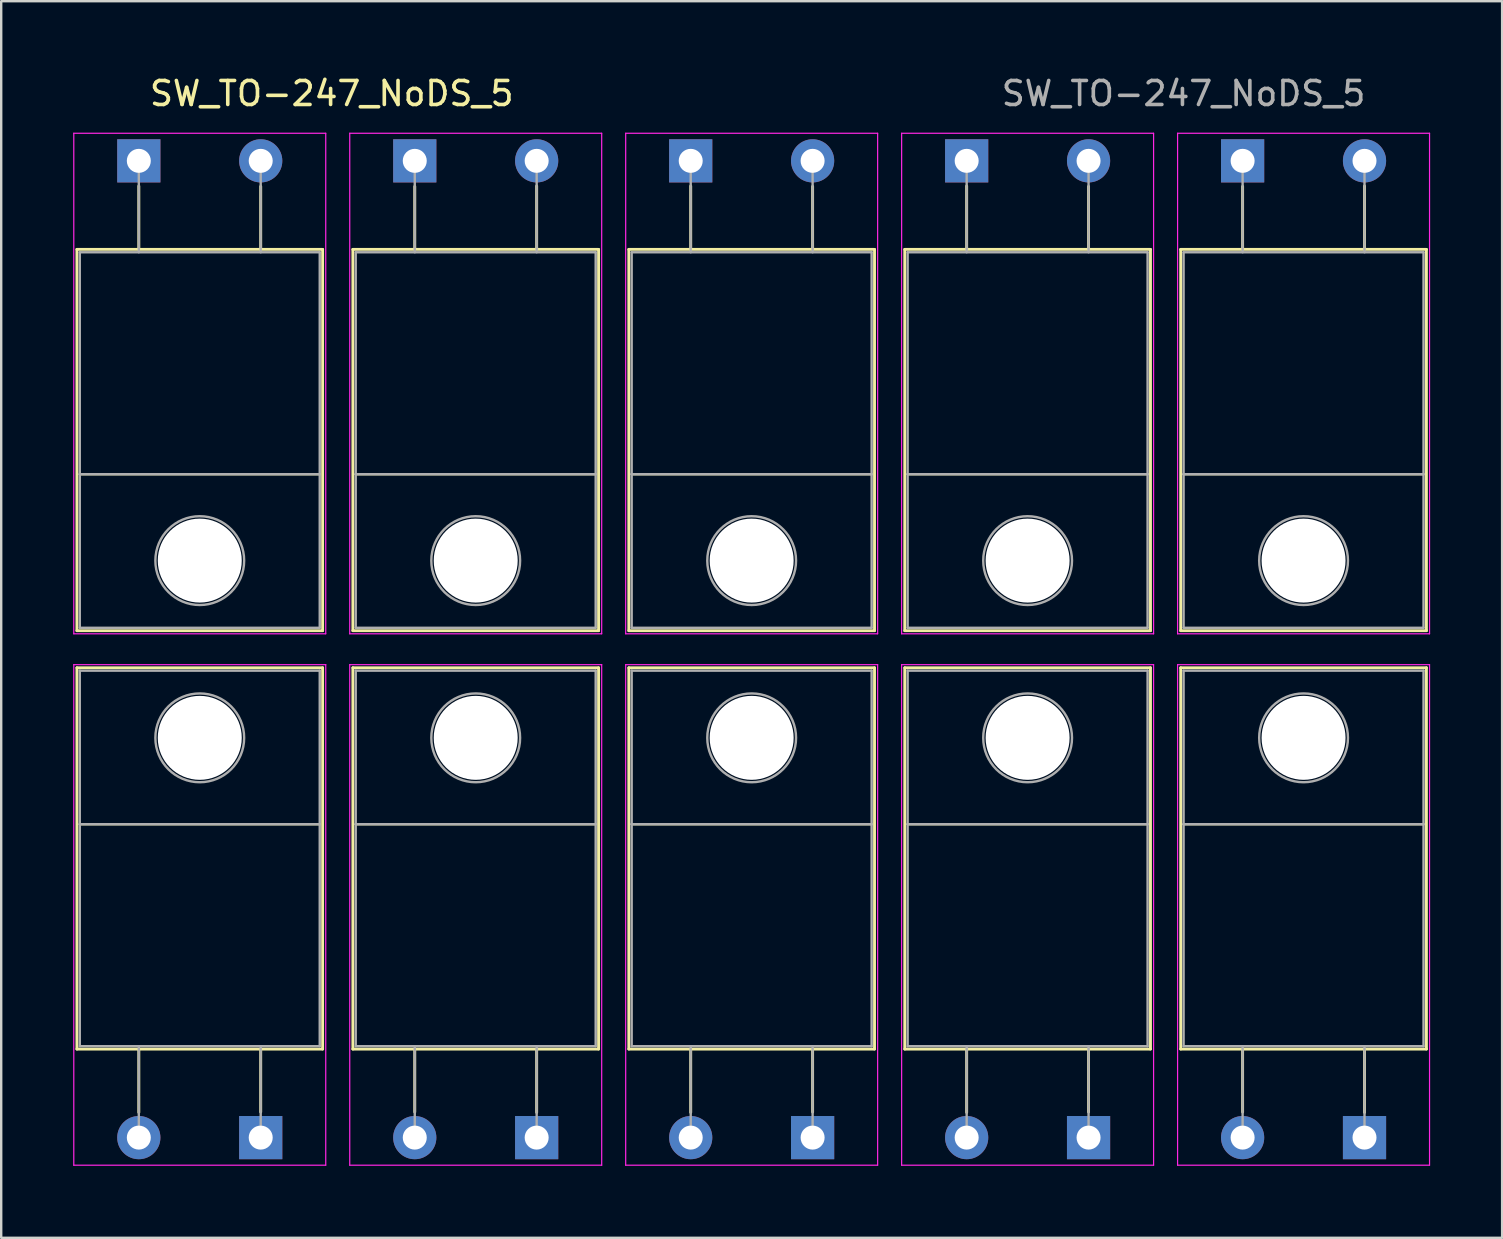
<source format=kicad_pcb>
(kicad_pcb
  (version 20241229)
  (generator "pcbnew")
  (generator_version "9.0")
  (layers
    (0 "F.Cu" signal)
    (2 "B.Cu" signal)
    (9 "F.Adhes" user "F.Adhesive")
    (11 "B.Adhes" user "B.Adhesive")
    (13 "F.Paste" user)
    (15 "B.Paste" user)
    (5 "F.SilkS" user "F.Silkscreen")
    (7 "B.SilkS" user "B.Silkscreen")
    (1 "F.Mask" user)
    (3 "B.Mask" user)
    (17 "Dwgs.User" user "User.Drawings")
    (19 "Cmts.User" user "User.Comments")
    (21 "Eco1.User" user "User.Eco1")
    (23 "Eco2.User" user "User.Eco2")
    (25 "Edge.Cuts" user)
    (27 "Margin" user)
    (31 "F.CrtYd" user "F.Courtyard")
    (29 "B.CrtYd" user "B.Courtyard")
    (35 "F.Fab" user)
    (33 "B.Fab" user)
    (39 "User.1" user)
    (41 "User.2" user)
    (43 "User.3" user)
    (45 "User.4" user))
  (footprint "SW_TO-247_NoDS_5"
    (layer "F.Cu")
    (at 28.275 24.006)
    (property "Reference" "SW_TO-247_NoDS_5" (at -17.5 -23.158 0) (layer "F.SilkS") (effects (font (size 1 1) (thickness 0.15))))
    (attr through_hole)
    (fp_line (start -28.12 -16.663) (end -17.88 -16.663) (stroke (width 0.12) (type solid)) (layer "F.SilkS"))
    (fp_line (start -28.12 -0.773) (end -28.12 -16.663) (stroke (width 0.12) (type solid)) (layer "F.SilkS"))
    (fp_line (start -28.12 -0.773) (end -17.88 -0.773) (stroke (width 0.12) (type solid)) (layer "F.SilkS"))
    (fp_line (start -28.12 0.773) (end -28.12 16.663) (stroke (width 0.12) (type solid)) (layer "F.SilkS"))
    (fp_line (start -28.12 0.773) (end -17.88 0.773) (stroke (width 0.12) (type solid)) (layer "F.SilkS"))
    (fp_line (start -28.12 16.663) (end -17.88 16.663) (stroke (width 0.12) (type solid)) (layer "F.SilkS"))
    (fp_line (start -28 -7.293) (end -18 -7.293) (stroke (width 0.1) (type solid)) (layer "F.SilkS"))
    (fp_line (start -28 7.293) (end -18 7.293) (stroke (width 0.1) (type solid)) (layer "F.SilkS"))
    (fp_line (start -25.54 -16.663) (end -25.54 -19.303) (stroke (width 0.12) (type solid)) (layer "F.SilkS"))
    (fp_line (start -25.54 16.663) (end -25.54 19.303) (stroke (width 0.12) (type solid)) (layer "F.SilkS"))
    (fp_line (start -20.46 -16.663) (end -20.46 -19.287) (stroke (width 0.12) (type solid)) (layer "F.SilkS"))
    (fp_line (start -20.46 16.663) (end -20.46 19.287) (stroke (width 0.12) (type solid)) (layer "F.SilkS"))
    (fp_line (start -17.88 -0.773) (end -17.88 -16.663) (stroke (width 0.12) (type solid)) (layer "F.SilkS"))
    (fp_line (start -17.88 0.773) (end -17.88 16.663) (stroke (width 0.12) (type solid)) (layer "F.SilkS"))
    (fp_line (start -16.62 -0.773) (end -16.62 -16.663) (stroke (width 0.12) (type solid)) (layer "F.SilkS"))
    (fp_line (start -16.62 0.773) (end -16.62 16.663) (stroke (width 0.12) (type solid)) (layer "F.SilkS"))
    (fp_line (start -16.5 -7.293) (end -6.5 -7.293) (stroke (width 0.1) (type solid)) (layer "F.SilkS"))
    (fp_line (start -16.5 7.293) (end -6.5 7.293) (stroke (width 0.1) (type solid)) (layer "F.SilkS"))
    (fp_line (start -14.04 -16.663) (end -14.04 -19.287) (stroke (width 0.12) (type solid)) (layer "F.SilkS"))
    (fp_line (start -14.04 16.663) (end -14.04 19.287) (stroke (width 0.12) (type solid)) (layer "F.SilkS"))
    (fp_line (start -8.96 -16.663) (end -8.96 -19.303) (stroke (width 0.12) (type solid)) (layer "F.SilkS"))
    (fp_line (start -8.96 16.663) (end -8.96 19.303) (stroke (width 0.12) (type solid)) (layer "F.SilkS"))
    (fp_line (start -6.38 -16.663) (end -16.62 -16.663) (stroke (width 0.12) (type solid)) (layer "F.SilkS"))
    (fp_line (start -6.38 -0.773) (end -16.62 -0.773) (stroke (width 0.12) (type solid)) (layer "F.SilkS"))
    (fp_line (start -6.38 -0.773) (end -6.38 -16.663) (stroke (width 0.12) (type solid)) (layer "F.SilkS"))
    (fp_line (start -6.38 0.773) (end -16.62 0.773) (stroke (width 0.12) (type solid)) (layer "F.SilkS"))
    (fp_line (start -6.38 0.773) (end -6.38 16.663) (stroke (width 0.12) (type solid)) (layer "F.SilkS"))
    (fp_line (start -6.38 16.663) (end -16.62 16.663) (stroke (width 0.12) (type solid)) (layer "F.SilkS"))
    (fp_line (start -5.12 -16.663) (end 5.12 -16.663) (stroke (width 0.12) (type solid)) (layer "F.SilkS"))
    (fp_line (start -5.12 -0.773) (end -5.12 -16.663) (stroke (width 0.12) (type solid)) (layer "F.SilkS"))
    (fp_line (start -5.12 -0.773) (end 5.12 -0.773) (stroke (width 0.12) (type solid)) (layer "F.SilkS"))
    (fp_line (start -5.12 0.773) (end -5.12 16.663) (stroke (width 0.12) (type solid)) (layer "F.SilkS"))
    (fp_line (start -5.12 0.773) (end 5.12 0.773) (stroke (width 0.12) (type solid)) (layer "F.SilkS"))
    (fp_line (start -5.12 16.663) (end 5.12 16.663) (stroke (width 0.12) (type solid)) (layer "F.SilkS"))
    (fp_line (start -5 -7.293) (end 5 -7.293) (stroke (width 0.1) (type solid)) (layer "F.SilkS"))
    (fp_line (start -5 7.293) (end 5 7.293) (stroke (width 0.1) (type solid)) (layer "F.SilkS"))
    (fp_line (start -2.54 -16.663) (end -2.54 -19.303) (stroke (width 0.12) (type solid)) (layer "F.SilkS"))
    (fp_line (start -2.54 16.663) (end -2.54 19.303) (stroke (width 0.12) (type solid)) (layer "F.SilkS"))
    (fp_line (start 2.54 -16.663) (end 2.54 -19.287) (stroke (width 0.12) (type solid)) (layer "F.SilkS"))
    (fp_line (start 2.54 16.663) (end 2.54 19.287) (stroke (width 0.12) (type solid)) (layer "F.SilkS"))
    (fp_line (start 5.12 -0.773) (end 5.12 -16.663) (stroke (width 0.12) (type solid)) (layer "F.SilkS"))
    (fp_line (start 5.12 0.773) (end 5.12 16.663) (stroke (width 0.12) (type solid)) (layer "F.SilkS"))
    (fp_line (start 6.38 -16.663) (end 16.62 -16.663) (stroke (width 0.12) (type solid)) (layer "F.SilkS"))
    (fp_line (start 6.38 -0.773) (end 6.38 -16.663) (stroke (width 0.12) (type solid)) (layer "F.SilkS"))
    (fp_line (start 6.38 -0.773) (end 16.62 -0.773) (stroke (width 0.12) (type solid)) (layer "F.SilkS"))
    (fp_line (start 6.38 0.773) (end 6.38 16.663) (stroke (width 0.12) (type solid)) (layer "F.SilkS"))
    (fp_line (start 6.38 0.773) (end 16.62 0.773) (stroke (width 0.12) (type solid)) (layer "F.SilkS"))
    (fp_line (start 6.38 16.663) (end 16.62 16.663) (stroke (width 0.12) (type solid)) (layer "F.SilkS"))
    (fp_line (start 6.5 -7.293) (end 16.5 -7.293) (stroke (width 0.1) (type solid)) (layer "F.SilkS"))
    (fp_line (start 6.5 7.293) (end 16.5 7.293) (stroke (width 0.1) (type solid)) (layer "F.SilkS"))
    (fp_line (start 8.96 -16.663) (end 8.96 -19.303) (stroke (width 0.12) (type solid)) (layer "F.SilkS"))
    (fp_line (start 8.96 16.663) (end 8.96 19.303) (stroke (width 0.12) (type solid)) (layer "F.SilkS"))
    (fp_line (start 14.04 -16.663) (end 14.04 -19.287) (stroke (width 0.12) (type solid)) (layer "F.SilkS"))
    (fp_line (start 14.04 16.663) (end 14.04 19.287) (stroke (width 0.12) (type solid)) (layer "F.SilkS"))
    (fp_line (start 16.62 -0.773) (end 16.62 -16.663) (stroke (width 0.12) (type solid)) (layer "F.SilkS"))
    (fp_line (start 16.62 0.773) (end 16.62 16.663) (stroke (width 0.12) (type solid)) (layer "F.SilkS"))
    (fp_line (start 17.88 -0.773) (end 17.88 -16.663) (stroke (width 0.12) (type solid)) (layer "F.SilkS"))
    (fp_line (start 17.88 0.773) (end 17.88 16.663) (stroke (width 0.12) (type solid)) (layer "F.SilkS"))
    (fp_line (start 18 -7.293) (end 28 -7.293) (stroke (width 0.1) (type solid)) (layer "F.SilkS"))
    (fp_line (start 18 7.293) (end 28 7.293) (stroke (width 0.1) (type solid)) (layer "F.SilkS"))
    (fp_line (start 20.46 -16.663) (end 20.46 -19.287) (stroke (width 0.12) (type solid)) (layer "F.SilkS"))
    (fp_line (start 20.46 16.663) (end 20.46 19.287) (stroke (width 0.12) (type solid)) (layer "F.SilkS"))
    (fp_line (start 25.54 -16.663) (end 25.54 -19.303) (stroke (width 0.12) (type solid)) (layer "F.SilkS"))
    (fp_line (start 25.54 16.663) (end 25.54 19.303) (stroke (width 0.12) (type solid)) (layer "F.SilkS"))
    (fp_line (start 28.12 -16.663) (end 17.88 -16.663) (stroke (width 0.12) (type solid)) (layer "F.SilkS"))
    (fp_line (start 28.12 -0.773) (end 17.88 -0.773) (stroke (width 0.12) (type solid)) (layer "F.SilkS"))
    (fp_line (start 28.12 -0.773) (end 28.12 -16.663) (stroke (width 0.12) (type solid)) (layer "F.SilkS"))
    (fp_line (start 28.12 0.773) (end 17.88 0.773) (stroke (width 0.12) (type solid)) (layer "F.SilkS"))
    (fp_line (start 28.12 0.773) (end 28.12 16.663) (stroke (width 0.12) (type solid)) (layer "F.SilkS"))
    (fp_line (start 28.12 16.663) (end 17.88 16.663) (stroke (width 0.12) (type solid)) (layer "F.SilkS"))
    (fp_line (start -28.25 -21.503) (end -17.75 -21.503) (stroke (width 0.05) (type solid)) (layer "F.CrtYd"))
    (fp_line (start -28.25 -0.643) (end -28.25 -21.503) (stroke (width 0.05) (type solid)) (layer "F.CrtYd"))
    (fp_line (start -28.25 0.643) (end -28.25 21.503) (stroke (width 0.05) (type solid)) (layer "F.CrtYd"))
    (fp_line (start -28.25 21.503) (end -17.75 21.503) (stroke (width 0.05) (type solid)) (layer "F.CrtYd"))
    (fp_line (start -17.75 -21.503) (end -17.75 -0.643) (stroke (width 0.05) (type solid)) (layer "F.CrtYd"))
    (fp_line (start -17.75 -0.643) (end -28.25 -0.643) (stroke (width 0.05) (type solid)) (layer "F.CrtYd"))
    (fp_line (start -17.75 0.643) (end -28.25 0.643) (stroke (width 0.05) (type solid)) (layer "F.CrtYd"))
    (fp_line (start -17.75 21.503) (end -17.75 0.643) (stroke (width 0.05) (type solid)) (layer "F.CrtYd"))
    (fp_line (start -16.75 -21.503) (end -16.75 -0.643) (stroke (width 0.05) (type solid)) (layer "F.CrtYd"))
    (fp_line (start -16.75 -0.643) (end -6.25 -0.643) (stroke (width 0.05) (type solid)) (layer "F.CrtYd"))
    (fp_line (start -16.75 0.643) (end -6.25 0.643) (stroke (width 0.05) (type solid)) (layer "F.CrtYd"))
    (fp_line (start -16.75 21.503) (end -16.75 0.643) (stroke (width 0.05) (type solid)) (layer "F.CrtYd"))
    (fp_line (start -6.25 -21.503) (end -16.75 -21.503) (stroke (width 0.05) (type solid)) (layer "F.CrtYd"))
    (fp_line (start -6.25 -0.643) (end -6.25 -21.503) (stroke (width 0.05) (type solid)) (layer "F.CrtYd"))
    (fp_line (start -6.25 0.643) (end -6.25 21.503) (stroke (width 0.05) (type solid)) (layer "F.CrtYd"))
    (fp_line (start -6.25 21.503) (end -16.75 21.503) (stroke (width 0.05) (type solid)) (layer "F.CrtYd"))
    (fp_line (start -5.25 -21.503) (end 5.25 -21.503) (stroke (width 0.05) (type solid)) (layer "F.CrtYd"))
    (fp_line (start -5.25 -0.643) (end -5.25 -21.503) (stroke (width 0.05) (type solid)) (layer "F.CrtYd"))
    (fp_line (start -5.25 0.643) (end -5.25 21.503) (stroke (width 0.05) (type solid)) (layer "F.CrtYd"))
    (fp_line (start -5.25 21.503) (end 5.25 21.503) (stroke (width 0.05) (type solid)) (layer "F.CrtYd"))
    (fp_line (start 5.25 -21.503) (end 5.25 -0.643) (stroke (width 0.05) (type solid)) (layer "F.CrtYd"))
    (fp_line (start 5.25 -0.643) (end -5.25 -0.643) (stroke (width 0.05) (type solid)) (layer "F.CrtYd"))
    (fp_line (start 5.25 0.643) (end -5.25 0.643) (stroke (width 0.05) (type solid)) (layer "F.CrtYd"))
    (fp_line (start 5.25 21.503) (end 5.25 0.643) (stroke (width 0.05) (type solid)) (layer "F.CrtYd"))
    (fp_line (start 6.25 -21.503) (end 16.75 -21.503) (stroke (width 0.05) (type solid)) (layer "F.CrtYd"))
    (fp_line (start 6.25 -0.643) (end 6.25 -21.503) (stroke (width 0.05) (type solid)) (layer "F.CrtYd"))
    (fp_line (start 6.25 0.643) (end 6.25 21.503) (stroke (width 0.05) (type solid)) (layer "F.CrtYd"))
    (fp_line (start 6.25 21.503) (end 16.75 21.503) (stroke (width 0.05) (type solid)) (layer "F.CrtYd"))
    (fp_line (start 16.75 -21.503) (end 16.75 -0.643) (stroke (width 0.05) (type solid)) (layer "F.CrtYd"))
    (fp_line (start 16.75 -0.643) (end 6.25 -0.643) (stroke (width 0.05) (type solid)) (layer "F.CrtYd"))
    (fp_line (start 16.75 0.643) (end 6.25 0.643) (stroke (width 0.05) (type solid)) (layer "F.CrtYd"))
    (fp_line (start 16.75 21.503) (end 16.75 0.643) (stroke (width 0.05) (type solid)) (layer "F.CrtYd"))
    (fp_line (start 17.75 -21.503) (end 17.75 -0.643) (stroke (width 0.05) (type solid)) (layer "F.CrtYd"))
    (fp_line (start 17.75 -0.643) (end 28.25 -0.643) (stroke (width 0.05) (type solid)) (layer "F.CrtYd"))
    (fp_line (start 17.75 0.643) (end 28.25 0.643) (stroke (width 0.05) (type solid)) (layer "F.CrtYd"))
    (fp_line (start 17.75 21.503) (end 17.75 0.643) (stroke (width 0.05) (type solid)) (layer "F.CrtYd"))
    (fp_line (start 28.25 -21.503) (end 17.75 -21.503) (stroke (width 0.05) (type solid)) (layer "F.CrtYd"))
    (fp_line (start 28.25 -0.643) (end 28.25 -21.503) (stroke (width 0.05) (type solid)) (layer "F.CrtYd"))
    (fp_line (start 28.25 0.643) (end 28.25 21.503) (stroke (width 0.05) (type solid)) (layer "F.CrtYd"))
    (fp_line (start 28.25 21.503) (end 17.75 21.503) (stroke (width 0.05) (type solid)) (layer "F.CrtYd"))
    (fp_line (start -28 -16.543) (end -28 -7.293) (stroke (width 0.1) (type solid)) (layer "F.Fab"))
    (fp_line (start -28 -7.293) (end -28 -0.893) (stroke (width 0.1) (type solid)) (layer "F.Fab"))
    (fp_line (start -28 -0.893) (end -18 -0.893) (stroke (width 0.1) (type solid)) (layer "F.Fab"))
    (fp_line (start -28 0.893) (end -18 0.893) (stroke (width 0.1) (type solid)) (layer "F.Fab"))
    (fp_line (start -28 7.293) (end -28 0.893) (stroke (width 0.1) (type solid)) (layer "F.Fab"))
    (fp_line (start -28 16.543) (end -28 7.293) (stroke (width 0.1) (type solid)) (layer "F.Fab"))
    (fp_line (start -25.54 -16.543) (end -25.54 -20.353) (stroke (width 0.1) (type solid)) (layer "F.Fab"))
    (fp_line (start -25.54 16.543) (end -25.54 20.353) (stroke (width 0.1) (type solid)) (layer "F.Fab"))
    (fp_line (start -20.46 -16.543) (end -20.46 -20.353) (stroke (width 0.1) (type solid)) (layer "F.Fab"))
    (fp_line (start -20.46 16.543) (end -20.46 20.353) (stroke (width 0.1) (type solid)) (layer "F.Fab"))
    (fp_line (start -18 -16.543) (end -28 -16.543) (stroke (width 0.1) (type solid)) (layer "F.Fab"))
    (fp_line (start -18 -7.293) (end -28 -7.293) (stroke (width 0.1) (type solid)) (layer "F.Fab"))
    (fp_line (start -18 -7.293) (end -18 -16.543) (stroke (width 0.1) (type solid)) (layer "F.Fab"))
    (fp_line (start -18 -0.893) (end -18 -7.293) (stroke (width 0.1) (type solid)) (layer "F.Fab"))
    (fp_line (start -18 0.893) (end -18 7.293) (stroke (width 0.1) (type solid)) (layer "F.Fab"))
    (fp_line (start -18 7.293) (end -28 7.293) (stroke (width 0.1) (type solid)) (layer "F.Fab"))
    (fp_line (start -18 7.293) (end -18 16.543) (stroke (width 0.1) (type solid)) (layer "F.Fab"))
    (fp_line (start -18 16.543) (end -28 16.543) (stroke (width 0.1) (type solid)) (layer "F.Fab"))
    (fp_line (start -16.5 -16.543) (end -6.5 -16.543) (stroke (width 0.1) (type solid)) (layer "F.Fab"))
    (fp_line (start -16.5 -7.293) (end -16.5 -16.543) (stroke (width 0.1) (type solid)) (layer "F.Fab"))
    (fp_line (start -16.5 -0.893) (end -16.5 -7.293) (stroke (width 0.1) (type solid)) (layer "F.Fab"))
    (fp_line (start -16.5 0.893) (end -16.5 7.293) (stroke (width 0.1) (type solid)) (layer "F.Fab"))
    (fp_line (start -16.5 7.293) (end -16.5 16.543) (stroke (width 0.1) (type solid)) (layer "F.Fab"))
    (fp_line (start -16.5 16.543) (end -6.5 16.543) (stroke (width 0.1) (type solid)) (layer "F.Fab"))
    (fp_line (start -14.04 -16.543) (end -14.04 -20.353) (stroke (width 0.1) (type solid)) (layer "F.Fab"))
    (fp_line (start -14.04 16.543) (end -14.04 20.353) (stroke (width 0.1) (type solid)) (layer "F.Fab"))
    (fp_line (start -8.96 -16.543) (end -8.96 -20.353) (stroke (width 0.1) (type solid)) (layer "F.Fab"))
    (fp_line (start -8.96 16.543) (end -8.96 20.353) (stroke (width 0.1) (type solid)) (layer "F.Fab"))
    (fp_line (start -6.5 -16.543) (end -6.5 -7.293) (stroke (width 0.1) (type solid)) (layer "F.Fab"))
    (fp_line (start -6.5 -7.293) (end -16.5 -7.293) (stroke (width 0.1) (type solid)) (layer "F.Fab"))
    (fp_line (start -6.5 -7.293) (end -6.5 -0.893) (stroke (width 0.1) (type solid)) (layer "F.Fab"))
    (fp_line (start -6.5 -0.893) (end -16.5 -0.893) (stroke (width 0.1) (type solid)) (layer "F.Fab"))
    (fp_line (start -6.5 0.893) (end -16.5 0.893) (stroke (width 0.1) (type solid)) (layer "F.Fab"))
    (fp_line (start -6.5 7.293) (end -16.5 7.293) (stroke (width 0.1) (type solid)) (layer "F.Fab"))
    (fp_line (start -6.5 7.293) (end -6.5 0.893) (stroke (width 0.1) (type solid)) (layer "F.Fab"))
    (fp_line (start -6.5 16.543) (end -6.5 7.293) (stroke (width 0.1) (type solid)) (layer "F.Fab"))
    (fp_line (start -5 -16.543) (end -5 -7.293) (stroke (width 0.1) (type solid)) (layer "F.Fab"))
    (fp_line (start -5 -7.293) (end -5 -0.893) (stroke (width 0.1) (type solid)) (layer "F.Fab"))
    (fp_line (start -5 -0.893) (end 5 -0.893) (stroke (width 0.1) (type solid)) (layer "F.Fab"))
    (fp_line (start -5 0.893) (end 5 0.893) (stroke (width 0.1) (type solid)) (layer "F.Fab"))
    (fp_line (start -5 7.293) (end -5 0.893) (stroke (width 0.1) (type solid)) (layer "F.Fab"))
    (fp_line (start -5 16.543) (end -5 7.293) (stroke (width 0.1) (type solid)) (layer "F.Fab"))
    (fp_line (start -2.54 -16.543) (end -2.54 -20.353) (stroke (width 0.1) (type solid)) (layer "F.Fab"))
    (fp_line (start -2.54 16.543) (end -2.54 20.353) (stroke (width 0.1) (type solid)) (layer "F.Fab"))
    (fp_line (start 2.54 -16.543) (end 2.54 -20.353) (stroke (width 0.1) (type solid)) (layer "F.Fab"))
    (fp_line (start 2.54 16.543) (end 2.54 20.353) (stroke (width 0.1) (type solid)) (layer "F.Fab"))
    (fp_line (start 5 -16.543) (end -5 -16.543) (stroke (width 0.1) (type solid)) (layer "F.Fab"))
    (fp_line (start 5 -7.293) (end -5 -7.293) (stroke (width 0.1) (type solid)) (layer "F.Fab"))
    (fp_line (start 5 -7.293) (end 5 -16.543) (stroke (width 0.1) (type solid)) (layer "F.Fab"))
    (fp_line (start 5 -0.893) (end 5 -7.293) (stroke (width 0.1) (type solid)) (layer "F.Fab"))
    (fp_line (start 5 0.893) (end 5 7.293) (stroke (width 0.1) (type solid)) (layer "F.Fab"))
    (fp_line (start 5 7.293) (end -5 7.293) (stroke (width 0.1) (type solid)) (layer "F.Fab"))
    (fp_line (start 5 7.293) (end 5 16.543) (stroke (width 0.1) (type solid)) (layer "F.Fab"))
    (fp_line (start 5 16.543) (end -5 16.543) (stroke (width 0.1) (type solid)) (layer "F.Fab"))
    (fp_line (start 6.5 -16.543) (end 6.5 -7.293) (stroke (width 0.1) (type solid)) (layer "F.Fab"))
    (fp_line (start 6.5 -7.293) (end 6.5 -0.893) (stroke (width 0.1) (type solid)) (layer "F.Fab"))
    (fp_line (start 6.5 -0.893) (end 16.5 -0.893) (stroke (width 0.1) (type solid)) (layer "F.Fab"))
    (fp_line (start 6.5 0.893) (end 16.5 0.893) (stroke (width 0.1) (type solid)) (layer "F.Fab"))
    (fp_line (start 6.5 7.293) (end 6.5 0.893) (stroke (width 0.1) (type solid)) (layer "F.Fab"))
    (fp_line (start 6.5 16.543) (end 6.5 7.293) (stroke (width 0.1) (type solid)) (layer "F.Fab"))
    (fp_line (start 8.96 -16.543) (end 8.96 -20.353) (stroke (width 0.1) (type solid)) (layer "F.Fab"))
    (fp_line (start 8.96 16.543) (end 8.96 20.353) (stroke (width 0.1) (type solid)) (layer "F.Fab"))
    (fp_line (start 14.04 -16.543) (end 14.04 -20.353) (stroke (width 0.1) (type solid)) (layer "F.Fab"))
    (fp_line (start 14.04 16.543) (end 14.04 20.353) (stroke (width 0.1) (type solid)) (layer "F.Fab"))
    (fp_line (start 16.5 -16.543) (end 6.5 -16.543) (stroke (width 0.1) (type solid)) (layer "F.Fab"))
    (fp_line (start 16.5 -7.293) (end 6.5 -7.293) (stroke (width 0.1) (type solid)) (layer "F.Fab"))
    (fp_line (start 16.5 -7.293) (end 16.5 -16.543) (stroke (width 0.1) (type solid)) (layer "F.Fab"))
    (fp_line (start 16.5 -0.893) (end 16.5 -7.293) (stroke (width 0.1) (type solid)) (layer "F.Fab"))
    (fp_line (start 16.5 0.893) (end 16.5 7.293) (stroke (width 0.1) (type solid)) (layer "F.Fab"))
    (fp_line (start 16.5 7.293) (end 6.5 7.293) (stroke (width 0.1) (type solid)) (layer "F.Fab"))
    (fp_line (start 16.5 7.293) (end 16.5 16.543) (stroke (width 0.1) (type solid)) (layer "F.Fab"))
    (fp_line (start 16.5 16.543) (end 6.5 16.543) (stroke (width 0.1) (type solid)) (layer "F.Fab"))
    (fp_line (start 18 -16.543) (end 28 -16.543) (stroke (width 0.1) (type solid)) (layer "F.Fab"))
    (fp_line (start 18 -7.293) (end 18 -16.543) (stroke (width 0.1) (type solid)) (layer "F.Fab"))
    (fp_line (start 18 -0.893) (end 18 -7.293) (stroke (width 0.1) (type solid)) (layer "F.Fab"))
    (fp_line (start 18 0.893) (end 18 7.293) (stroke (width 0.1) (type solid)) (layer "F.Fab"))
    (fp_line (start 18 7.293) (end 18 16.543) (stroke (width 0.1) (type solid)) (layer "F.Fab"))
    (fp_line (start 18 16.543) (end 28 16.543) (stroke (width 0.1) (type solid)) (layer "F.Fab"))
    (fp_line (start 20.46 -16.543) (end 20.46 -20.353) (stroke (width 0.1) (type solid)) (layer "F.Fab"))
    (fp_line (start 20.46 16.543) (end 20.46 20.353) (stroke (width 0.1) (type solid)) (layer "F.Fab"))
    (fp_line (start 25.54 -16.543) (end 25.54 -20.353) (stroke (width 0.1) (type solid)) (layer "F.Fab"))
    (fp_line (start 25.54 16.543) (end 25.54 20.353) (stroke (width 0.1) (type solid)) (layer "F.Fab"))
    (fp_line (start 28 -16.543) (end 28 -7.293) (stroke (width 0.1) (type solid)) (layer "F.Fab"))
    (fp_line (start 28 -7.293) (end 18 -7.293) (stroke (width 0.1) (type solid)) (layer "F.Fab"))
    (fp_line (start 28 -7.293) (end 28 -0.893) (stroke (width 0.1) (type solid)) (layer "F.Fab"))
    (fp_line (start 28 -0.893) (end 18 -0.893) (stroke (width 0.1) (type solid)) (layer "F.Fab"))
    (fp_line (start 28 0.893) (end 18 0.893) (stroke (width 0.1) (type solid)) (layer "F.Fab"))
    (fp_line (start 28 7.293) (end 18 7.293) (stroke (width 0.1) (type solid)) (layer "F.Fab"))
    (fp_line (start 28 7.293) (end 28 0.893) (stroke (width 0.1) (type solid)) (layer "F.Fab"))
    (fp_line (start 28 16.543) (end 28 7.293) (stroke (width 0.1) (type solid)) (layer "F.Fab"))
    (fp_circle (center -23 -3.693) (end -21.15 -3.693) (stroke (width 0.1) (type solid)) (fill no) (layer "F.Fab"))
    (fp_circle (center -23 3.693) (end -21.15 3.693) (stroke (width 0.1) (type solid)) (fill no) (layer "F.Fab"))
    (fp_circle (center -11.5 -3.693) (end -13.35 -3.693) (stroke (width 0.1) (type solid)) (fill no) (layer "F.Fab"))
    (fp_circle (center -11.5 3.693) (end -13.35 3.693) (stroke (width 0.1) (type solid)) (fill no) (layer "F.Fab"))
    (fp_circle (center 0 -3.693) (end 1.85 -3.693) (stroke (width 0.1) (type solid)) (fill no) (layer "F.Fab"))
    (fp_circle (center 0 3.693) (end 1.85 3.693) (stroke (width 0.1) (type solid)) (fill no) (layer "F.Fab"))
    (fp_circle (center 11.5 -3.693) (end 13.35 -3.693) (stroke (width 0.1) (type solid)) (fill no) (layer "F.Fab"))
    (fp_circle (center 11.5 3.693) (end 13.35 3.693) (stroke (width 0.1) (type solid)) (fill no) (layer "F.Fab"))
    (fp_circle (center 23 -3.693) (end 21.15 -3.693) (stroke (width 0.1) (type solid)) (fill no) (layer "F.Fab"))
    (fp_circle (center 23 3.693) (end 21.15 3.693) (stroke (width 0.1) (type solid)) (fill no) (layer "F.Fab"))
    (fp_text user "${REFERENCE}" (at 18 -23.158 0) (layer "F.Fab") (effects (font (size 1 1) (thickness 0.15))))
    (pad "" np_thru_hole oval (at -23 -3.693 180) (size 3.5 3.5) (drill 3.5) (layers "*.Cu" "*.Mask"))
    (pad "" np_thru_hole oval (at -23 3.693) (size 3.5 3.5) (drill 3.5) (layers "*.Cu" "*.Mask"))
    (pad "" np_thru_hole oval (at -11.5 -3.693 180) (size 3.5 3.5) (drill 3.5) (layers "*.Cu" "*.Mask"))
    (pad "" np_thru_hole oval (at -11.5 3.693) (size 3.5 3.5) (drill 3.5) (layers "*.Cu" "*.Mask"))
    (pad "" np_thru_hole oval (at 0 -3.693 180) (size 3.5 3.5) (drill 3.5) (layers "*.Cu" "*.Mask"))
    (pad "" np_thru_hole oval (at 0 3.693) (size 3.5 3.5) (drill 3.5) (layers "*.Cu" "*.Mask"))
    (pad "" np_thru_hole oval (at 11.5 -3.693 180) (size 3.5 3.5) (drill 3.5) (layers "*.Cu" "*.Mask"))
    (pad "" np_thru_hole oval (at 11.5 3.693) (size 3.5 3.5) (drill 3.5) (layers "*.Cu" "*.Mask"))
    (pad "" np_thru_hole oval (at 23 -3.693 180) (size 3.5 3.5) (drill 3.5) (layers "*.Cu" "*.Mask"))
    (pad "" np_thru_hole oval (at 23 3.693) (size 3.5 3.5) (drill 3.5) (layers "*.Cu" "*.Mask"))
    (pad "G1" thru_hole rect (at -25.54 -20.353 180) (size 1.8 1.8) (drill 1) (layers "*.Cu" "*.Mask"))
    (pad "G1" thru_hole trapezoid (at -14.04 -20.353 180) (size 1.8 1.8) (drill 1) (layers "*.Cu" "*.Mask"))
    (pad "G1" thru_hole rect (at -2.54 -20.353 180) (size 1.8 1.8) (drill 1) (layers "*.Cu" "*.Mask"))
    (pad "G1" thru_hole rect (at 8.96 -20.353 180) (size 1.8 1.8) (drill 1) (layers "*.Cu" "*.Mask"))
    (pad "G1" thru_hole trapezoid (at 20.46 -20.353 180) (size 1.8 1.8) (drill 1) (layers "*.Cu" "*.Mask"))
    (pad "G2" thru_hole trapezoid (at -20.46 20.353) (size 1.8 1.8) (drill 1) (layers "*.Cu" "*.Mask"))
    (pad "G2" thru_hole rect (at -8.96 20.353) (size 1.8 1.8) (drill 1) (layers "*.Cu" "*.Mask"))
    (pad "G2" thru_hole trapezoid (at 2.54 20.353) (size 1.8 1.8) (drill 1) (layers "*.Cu" "*.Mask"))
    (pad "G2" thru_hole trapezoid (at 14.04 20.353) (size 1.8 1.8) (drill 1) (layers "*.Cu" "*.Mask"))
    (pad "G2" thru_hole rect (at 25.54 20.353) (size 1.8 1.8) (drill 1) (layers "*.Cu" "*.Mask"))
    (pad "S1" thru_hole oval (at -20.46 -20.353 180) (size 1.8 1.8) (drill 1) (layers "*.Cu" "*.Mask"))
    (pad "S1" thru_hole oval (at -8.96 -20.353 180) (size 1.8 1.8) (drill 1) (layers "*.Cu" "*.Mask"))
    (pad "S1" thru_hole oval (at 2.54 -20.353 180) (size 1.8 1.8) (drill 1) (layers "*.Cu" "*.Mask"))
    (pad "S1" thru_hole oval (at 14.04 -20.353 180) (size 1.8 1.8) (drill 1) (layers "*.Cu" "*.Mask"))
    (pad "S1" thru_hole oval (at 25.54 -20.353 180) (size 1.8 1.8) (drill 1) (layers "*.Cu" "*.Mask"))
    (pad "S2" thru_hole oval (at -25.54 20.353) (size 1.8 1.8) (drill 1) (layers "*.Cu" "*.Mask"))
    (pad "S2" thru_hole oval (at -14.04 20.353) (size 1.8 1.8) (drill 1) (layers "*.Cu" "*.Mask"))
    (pad "S2" thru_hole oval (at -2.54 20.353) (size 1.8 1.8) (drill 1) (layers "*.Cu" "*.Mask"))
    (pad "S2" thru_hole oval (at 8.96 20.353) (size 1.8 1.8) (drill 1) (layers "*.Cu" "*.Mask"))
    (pad "S2" thru_hole oval (at 20.46 20.353) (size 1.8 1.8) (drill 1) (layers "*.Cu" "*.Mask")))
  (gr_rect
    (start -3 -3)
    (end 59.55 48.534)
    (stroke (width 0.1) (type default))
    (fill no)
    (layer "Edge.Cuts")))
</source>
